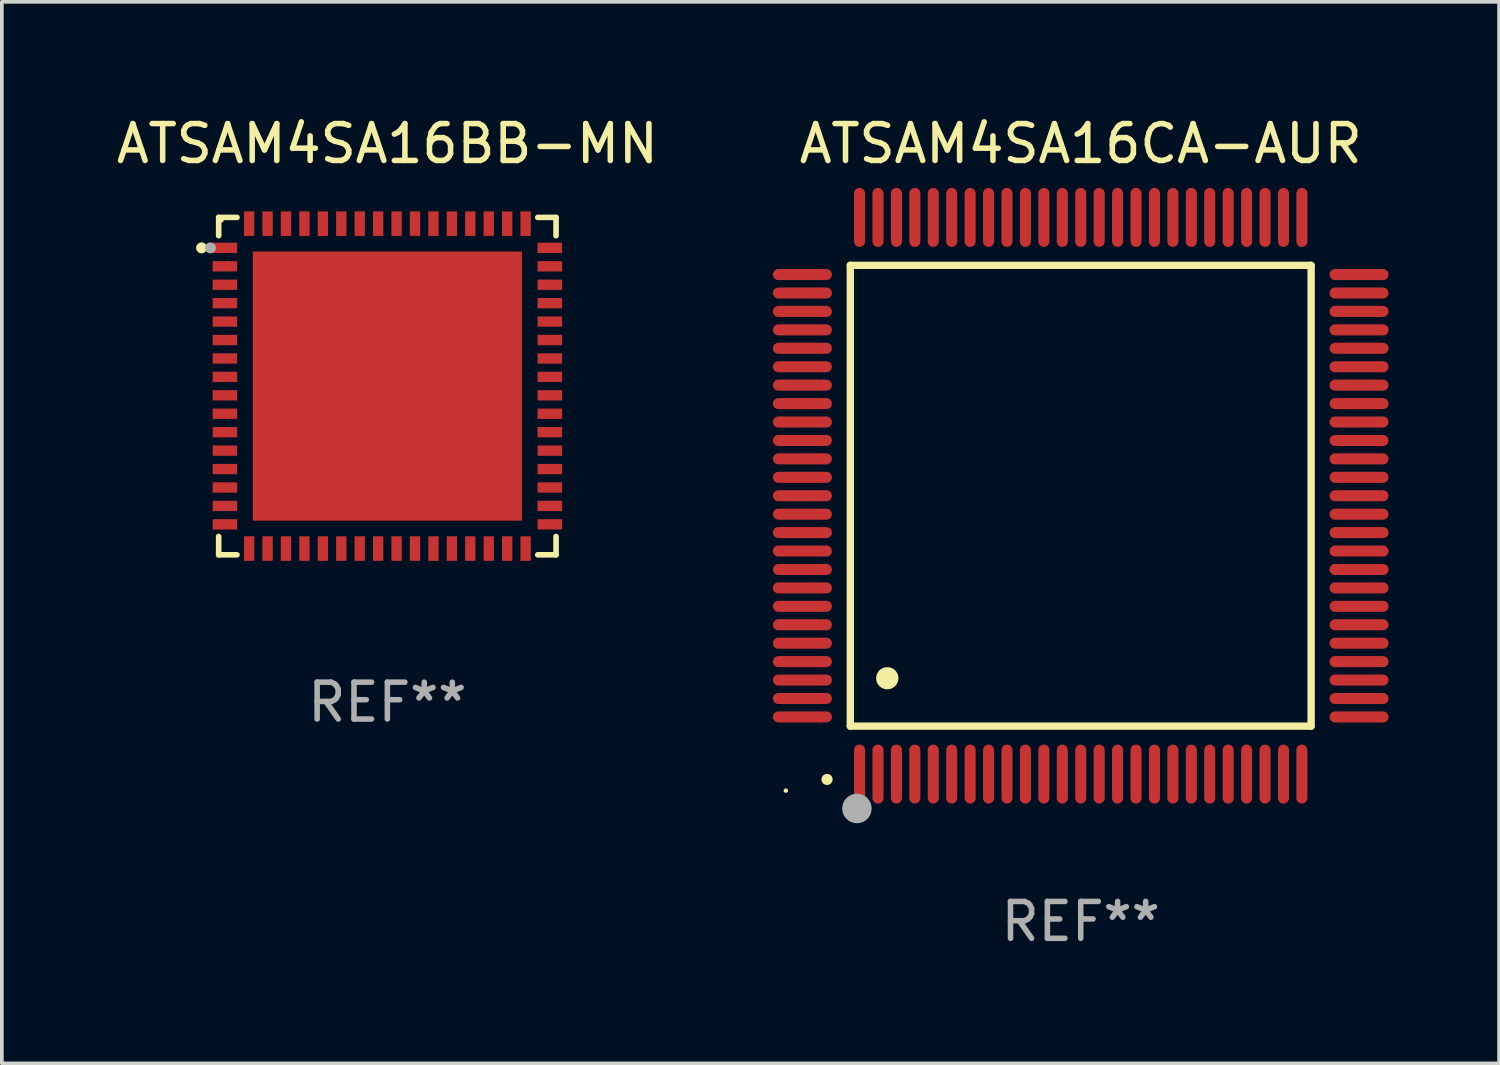
<source format=kicad_pcb>
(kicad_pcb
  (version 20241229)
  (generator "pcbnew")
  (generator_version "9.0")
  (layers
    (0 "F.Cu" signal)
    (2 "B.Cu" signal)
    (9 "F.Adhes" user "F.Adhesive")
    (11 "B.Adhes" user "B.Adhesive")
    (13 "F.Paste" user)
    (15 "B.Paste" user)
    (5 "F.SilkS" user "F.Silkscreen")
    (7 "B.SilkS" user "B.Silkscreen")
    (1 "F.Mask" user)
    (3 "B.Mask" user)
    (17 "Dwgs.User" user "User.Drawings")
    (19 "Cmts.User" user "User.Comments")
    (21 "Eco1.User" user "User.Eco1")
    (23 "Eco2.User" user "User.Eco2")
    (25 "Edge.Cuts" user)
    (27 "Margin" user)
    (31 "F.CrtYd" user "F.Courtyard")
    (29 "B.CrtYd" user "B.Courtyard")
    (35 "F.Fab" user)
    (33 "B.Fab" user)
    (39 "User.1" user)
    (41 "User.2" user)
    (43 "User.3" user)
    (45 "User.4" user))
  (footprint "ATSAM4SA16BB-MN"
    (layer "F.Cu")
    (at 7.458 7.424)
    (property "Reference" "ATSAM4SA16BB-MN" (at 0 -6.576 0) (layer "F.SilkS") (effects (font (size 1 1) (thickness 0.15))))
    (attr through_hole)
    (fp_line (start -4.576 -4.576) (end -4.576 -4.08) (stroke (width 0.152) (type solid)) (layer "F.SilkS"))
    (fp_line (start -4.576 4.576) (end -4.576 4.08) (stroke (width 0.152) (type solid)) (layer "F.SilkS"))
    (fp_line (start -4.08 -4.576) (end -4.576 -4.576) (stroke (width 0.152) (type solid)) (layer "F.SilkS"))
    (fp_line (start -4.08 4.576) (end -4.576 4.576) (stroke (width 0.152) (type solid)) (layer "F.SilkS"))
    (fp_line (start 4.08 -4.576) (end 4.576 -4.576) (stroke (width 0.152) (type solid)) (layer "F.SilkS"))
    (fp_line (start 4.08 4.576) (end 4.576 4.576) (stroke (width 0.152) (type solid)) (layer "F.SilkS"))
    (fp_line (start 4.576 -4.576) (end 4.576 -4.08) (stroke (width 0.152) (type solid)) (layer "F.SilkS"))
    (fp_line (start 4.576 4.576) (end 4.576 4.08) (stroke (width 0.152) (type solid)) (layer "F.SilkS"))
    (fp_circle (center -5.04 -3.75) (end -4.965 -3.75) (stroke (width 0.15) (type solid)) (fill no) (layer "F.SilkS"))
    (fp_circle (center -4.5 -4.5) (end -4.47 -4.5) (stroke (width 0.06) (type solid)) (fill no) (layer "F.SilkS"))
    (fp_circle (center -4.8 -3.75) (end -4.725 -3.75) (stroke (width 0.15) (type solid)) (fill no) (layer "F.Fab"))
    (fp_text user "REF**" (at 0 8.576 0) (layer "F.Fab") (effects (font (size 1 1) (thickness 0.15))))
    (pad "1" smd rect (at -4.407 -3.75) (size 0.665 0.28) (layers "F.Cu" "F.Mask" "F.Paste"))
    (pad "2" smd rect (at -4.407 -3.25) (size 0.665 0.28) (layers "F.Cu" "F.Mask" "F.Paste"))
    (pad "3" smd rect (at -4.407 -2.75) (size 0.665 0.28) (layers "F.Cu" "F.Mask" "F.Paste"))
    (pad "4" smd rect (at -4.407 -2.25) (size 0.665 0.28) (layers "F.Cu" "F.Mask" "F.Paste"))
    (pad "5" smd rect (at -4.407 -1.75) (size 0.665 0.28) (layers "F.Cu" "F.Mask" "F.Paste"))
    (pad "6" smd rect (at -4.407 -1.25) (size 0.665 0.28) (layers "F.Cu" "F.Mask" "F.Paste"))
    (pad "7" smd rect (at -4.407 -0.75) (size 0.665 0.28) (layers "F.Cu" "F.Mask" "F.Paste"))
    (pad "8" smd rect (at -4.407 -0.25) (size 0.665 0.28) (layers "F.Cu" "F.Mask" "F.Paste"))
    (pad "9" smd rect (at -4.407 0.25) (size 0.665 0.28) (layers "F.Cu" "F.Mask" "F.Paste"))
    (pad "10" smd rect (at -4.407 0.75) (size 0.665 0.28) (layers "F.Cu" "F.Mask" "F.Paste"))
    (pad "11" smd rect (at -4.407 1.25) (size 0.665 0.28) (layers "F.Cu" "F.Mask" "F.Paste"))
    (pad "12" smd rect (at -4.407 1.75) (size 0.665 0.28) (layers "F.Cu" "F.Mask" "F.Paste"))
    (pad "13" smd rect (at -4.407 2.25) (size 0.665 0.28) (layers "F.Cu" "F.Mask" "F.Paste"))
    (pad "14" smd rect (at -4.407 2.75) (size 0.665 0.28) (layers "F.Cu" "F.Mask" "F.Paste"))
    (pad "15" smd rect (at -4.407 3.25) (size 0.665 0.28) (layers "F.Cu" "F.Mask" "F.Paste"))
    (pad "16" smd rect (at -4.407 3.75) (size 0.665 0.28) (layers "F.Cu" "F.Mask" "F.Paste"))
    (pad "17" smd rect (at -3.75 4.407) (size 0.28 0.665) (layers "F.Cu" "F.Mask" "F.Paste"))
    (pad "18" smd rect (at -3.25 4.407) (size 0.28 0.665) (layers "F.Cu" "F.Mask" "F.Paste"))
    (pad "19" smd rect (at -2.75 4.407) (size 0.28 0.665) (layers "F.Cu" "F.Mask" "F.Paste"))
    (pad "20" smd rect (at -2.25 4.407) (size 0.28 0.665) (layers "F.Cu" "F.Mask" "F.Paste"))
    (pad "21" smd rect (at -1.75 4.407) (size 0.28 0.665) (layers "F.Cu" "F.Mask" "F.Paste"))
    (pad "22" smd rect (at -1.25 4.407) (size 0.28 0.665) (layers "F.Cu" "F.Mask" "F.Paste"))
    (pad "23" smd rect (at -0.75 4.407) (size 0.28 0.665) (layers "F.Cu" "F.Mask" "F.Paste"))
    (pad "24" smd rect (at -0.25 4.407) (size 0.28 0.665) (layers "F.Cu" "F.Mask" "F.Paste"))
    (pad "25" smd rect (at 0.25 4.407) (size 0.28 0.665) (layers "F.Cu" "F.Mask" "F.Paste"))
    (pad "26" smd rect (at 0.75 4.407) (size 0.28 0.665) (layers "F.Cu" "F.Mask" "F.Paste"))
    (pad "27" smd rect (at 1.25 4.407) (size 0.28 0.665) (layers "F.Cu" "F.Mask" "F.Paste"))
    (pad "28" smd rect (at 1.75 4.407) (size 0.28 0.665) (layers "F.Cu" "F.Mask" "F.Paste"))
    (pad "29" smd rect (at 2.25 4.407) (size 0.28 0.665) (layers "F.Cu" "F.Mask" "F.Paste"))
    (pad "30" smd rect (at 2.75 4.407) (size 0.28 0.665) (layers "F.Cu" "F.Mask" "F.Paste"))
    (pad "31" smd rect (at 3.25 4.407) (size 0.28 0.665) (layers "F.Cu" "F.Mask" "F.Paste"))
    (pad "32" smd rect (at 3.75 4.407) (size 0.28 0.665) (layers "F.Cu" "F.Mask" "F.Paste"))
    (pad "33" smd rect (at 4.407 3.75) (size 0.665 0.28) (layers "F.Cu" "F.Mask" "F.Paste"))
    (pad "34" smd rect (at 4.407 3.25) (size 0.665 0.28) (layers "F.Cu" "F.Mask" "F.Paste"))
    (pad "35" smd rect (at 4.407 2.75) (size 0.665 0.28) (layers "F.Cu" "F.Mask" "F.Paste"))
    (pad "36" smd rect (at 4.407 2.25) (size 0.665 0.28) (layers "F.Cu" "F.Mask" "F.Paste"))
    (pad "37" smd rect (at 4.407 1.75) (size 0.665 0.28) (layers "F.Cu" "F.Mask" "F.Paste"))
    (pad "38" smd rect (at 4.407 1.25) (size 0.665 0.28) (layers "F.Cu" "F.Mask" "F.Paste"))
    (pad "39" smd rect (at 4.407 0.75) (size 0.665 0.28) (layers "F.Cu" "F.Mask" "F.Paste"))
    (pad "40" smd rect (at 4.407 0.25) (size 0.665 0.28) (layers "F.Cu" "F.Mask" "F.Paste"))
    (pad "41" smd rect (at 4.407 -0.25) (size 0.665 0.28) (layers "F.Cu" "F.Mask" "F.Paste"))
    (pad "42" smd rect (at 4.407 -0.75) (size 0.665 0.28) (layers "F.Cu" "F.Mask" "F.Paste"))
    (pad "43" smd rect (at 4.407 -1.25) (size 0.665 0.28) (layers "F.Cu" "F.Mask" "F.Paste"))
    (pad "44" smd rect (at 4.407 -1.75) (size 0.665 0.28) (layers "F.Cu" "F.Mask" "F.Paste"))
    (pad "45" smd rect (at 4.407 -2.25) (size 0.665 0.28) (layers "F.Cu" "F.Mask" "F.Paste"))
    (pad "46" smd rect (at 4.407 -2.75) (size 0.665 0.28) (layers "F.Cu" "F.Mask" "F.Paste"))
    (pad "47" smd rect (at 4.407 -3.25) (size 0.665 0.28) (layers "F.Cu" "F.Mask" "F.Paste"))
    (pad "48" smd rect (at 4.407 -3.75) (size 0.665 0.28) (layers "F.Cu" "F.Mask" "F.Paste"))
    (pad "49" smd rect (at 3.75 -4.407) (size 0.28 0.665) (layers "F.Cu" "F.Mask" "F.Paste"))
    (pad "50" smd rect (at 3.25 -4.407) (size 0.28 0.665) (layers "F.Cu" "F.Mask" "F.Paste"))
    (pad "51" smd rect (at 2.75 -4.407) (size 0.28 0.665) (layers "F.Cu" "F.Mask" "F.Paste"))
    (pad "52" smd rect (at 2.25 -4.407) (size 0.28 0.665) (layers "F.Cu" "F.Mask" "F.Paste"))
    (pad "53" smd rect (at 1.75 -4.407) (size 0.28 0.665) (layers "F.Cu" "F.Mask" "F.Paste"))
    (pad "54" smd rect (at 1.25 -4.407) (size 0.28 0.665) (layers "F.Cu" "F.Mask" "F.Paste"))
    (pad "55" smd rect (at 0.75 -4.407) (size 0.28 0.665) (layers "F.Cu" "F.Mask" "F.Paste"))
    (pad "56" smd rect (at 0.25 -4.407) (size 0.28 0.665) (layers "F.Cu" "F.Mask" "F.Paste"))
    (pad "57" smd rect (at -0.25 -4.407) (size 0.28 0.665) (layers "F.Cu" "F.Mask" "F.Paste"))
    (pad "58" smd rect (at -0.75 -4.407) (size 0.28 0.665) (layers "F.Cu" "F.Mask" "F.Paste"))
    (pad "59" smd rect (at -1.25 -4.407) (size 0.28 0.665) (layers "F.Cu" "F.Mask" "F.Paste"))
    (pad "60" smd rect (at -1.75 -4.407) (size 0.28 0.665) (layers "F.Cu" "F.Mask" "F.Paste"))
    (pad "61" smd rect (at -2.25 -4.407) (size 0.28 0.665) (layers "F.Cu" "F.Mask" "F.Paste"))
    (pad "62" smd rect (at -2.75 -4.407) (size 0.28 0.665) (layers "F.Cu" "F.Mask" "F.Paste"))
    (pad "63" smd rect (at -3.25 -4.407) (size 0.28 0.665) (layers "F.Cu" "F.Mask" "F.Paste"))
    (pad "64" smd rect (at -3.75 -4.407) (size 0.28 0.665) (layers "F.Cu" "F.Mask" "F.Paste"))
    (pad "65" smd rect (at 0 0) (size 7.3 7.3) (layers "F.Cu" "F.Mask" "F.Paste")))
  (footprint "ATSAM4SA16CA-AUR"
    (layer "F.Cu")
    (at 26.267 10.398)
    (property "Reference" "ATSAM4SA16CA-AUR" (at 0 -9.55 0) (layer "F.SilkS") (effects (font (size 1 1) (thickness 0.15))))
    (attr through_hole)
    (fp_line (start -6.25 -6.25) (end -6.25 6.25) (stroke (width 0.2) (type solid)) (layer "F.SilkS"))
    (fp_line (start -6.25 6.25) (end 6.25 6.25) (stroke (width 0.2) (type solid)) (layer "F.SilkS"))
    (fp_line (start 6.25 -6.25) (end -6.25 -6.25) (stroke (width 0.2) (type solid)) (layer "F.SilkS"))
    (fp_line (start 6.25 6.25) (end 6.25 -6.25) (stroke (width 0.2) (type solid)) (layer "F.SilkS"))
    (fp_arc (start -6.883414 7.696215) (mid -6.882144 7.69621) (end -6.880874 7.696215) (stroke (width 0.3) (type solid)) (layer "F.SilkS"))
    (fp_arc (start -5.250191 4.95047) (mid -5.247651 4.950459) (end -5.245111 4.95047) (stroke (width 0.6) (type solid)) (layer "F.SilkS"))
    (fp_circle (center -8 8) (end -7.97 8) (stroke (width 0.06) (type solid)) (fill no) (layer "F.SilkS"))
    (fp_circle (center -6.071 8.484) (end -5.871 8.484) (stroke (width 0.4) (type solid)) (fill no) (layer "F.Fab"))
    (fp_text user "REF**" (at 0 11.55 0) (layer "F.Fab") (effects (font (size 1 1) (thickness 0.15))))
    (pad "1" smd oval (at -6 7.55) (size 0.3 1.6) (layers "F.Cu" "F.Mask" "F.Paste"))
    (pad "2" smd oval (at -5.5 7.55) (size 0.3 1.6) (layers "F.Cu" "F.Mask" "F.Paste"))
    (pad "3" smd oval (at -5 7.55) (size 0.3 1.6) (layers "F.Cu" "F.Mask" "F.Paste"))
    (pad "4" smd oval (at -4.5 7.55) (size 0.3 1.6) (layers "F.Cu" "F.Mask" "F.Paste"))
    (pad "5" smd oval (at -4 7.55) (size 0.3 1.6) (layers "F.Cu" "F.Mask" "F.Paste"))
    (pad "6" smd oval (at -3.5 7.55) (size 0.3 1.6) (layers "F.Cu" "F.Mask" "F.Paste"))
    (pad "7" smd oval (at -3 7.55) (size 0.3 1.6) (layers "F.Cu" "F.Mask" "F.Paste"))
    (pad "8" smd oval (at -2.5 7.55) (size 0.3 1.6) (layers "F.Cu" "F.Mask" "F.Paste"))
    (pad "9" smd oval (at -2 7.55) (size 0.3 1.6) (layers "F.Cu" "F.Mask" "F.Paste"))
    (pad "10" smd oval (at -1.5 7.55) (size 0.3 1.6) (layers "F.Cu" "F.Mask" "F.Paste"))
    (pad "11" smd oval (at -1 7.55) (size 0.3 1.6) (layers "F.Cu" "F.Mask" "F.Paste"))
    (pad "12" smd oval (at -0.5 7.55) (size 0.3 1.6) (layers "F.Cu" "F.Mask" "F.Paste"))
    (pad "13" smd oval (at 0 7.55) (size 0.3 1.6) (layers "F.Cu" "F.Mask" "F.Paste"))
    (pad "14" smd oval (at 0.5 7.55) (size 0.3 1.6) (layers "F.Cu" "F.Mask" "F.Paste"))
    (pad "15" smd oval (at 1 7.55) (size 0.3 1.6) (layers "F.Cu" "F.Mask" "F.Paste"))
    (pad "16" smd oval (at 1.5 7.55) (size 0.3 1.6) (layers "F.Cu" "F.Mask" "F.Paste"))
    (pad "17" smd oval (at 2 7.55) (size 0.3 1.6) (layers "F.Cu" "F.Mask" "F.Paste"))
    (pad "18" smd oval (at 2.5 7.55) (size 0.3 1.6) (layers "F.Cu" "F.Mask" "F.Paste"))
    (pad "19" smd oval (at 3 7.55) (size 0.3 1.6) (layers "F.Cu" "F.Mask" "F.Paste"))
    (pad "20" smd oval (at 3.5 7.55) (size 0.3 1.6) (layers "F.Cu" "F.Mask" "F.Paste"))
    (pad "21" smd oval (at 4 7.55) (size 0.3 1.6) (layers "F.Cu" "F.Mask" "F.Paste"))
    (pad "22" smd oval (at 4.5 7.55) (size 0.3 1.6) (layers "F.Cu" "F.Mask" "F.Paste"))
    (pad "23" smd oval (at 5 7.55) (size 0.3 1.6) (layers "F.Cu" "F.Mask" "F.Paste"))
    (pad "24" smd oval (at 5.5 7.55) (size 0.3 1.6) (layers "F.Cu" "F.Mask" "F.Paste"))
    (pad "25" smd oval (at 6 7.55) (size 0.3 1.6) (layers "F.Cu" "F.Mask" "F.Paste"))
    (pad "26" smd oval (at 7.55 6) (size 1.6 0.3) (layers "F.Cu" "F.Mask" "F.Paste"))
    (pad "27" smd oval (at 7.55 5.5) (size 1.6 0.3) (layers "F.Cu" "F.Mask" "F.Paste"))
    (pad "28" smd oval (at 7.55 5) (size 1.6 0.3) (layers "F.Cu" "F.Mask" "F.Paste"))
    (pad "29" smd oval (at 7.55 4.5) (size 1.6 0.3) (layers "F.Cu" "F.Mask" "F.Paste"))
    (pad "30" smd oval (at 7.55 4) (size 1.6 0.3) (layers "F.Cu" "F.Mask" "F.Paste"))
    (pad "31" smd oval (at 7.55 3.5) (size 1.6 0.3) (layers "F.Cu" "F.Mask" "F.Paste"))
    (pad "32" smd oval (at 7.55 3) (size 1.6 0.3) (layers "F.Cu" "F.Mask" "F.Paste"))
    (pad "33" smd oval (at 7.55 2.5) (size 1.6 0.3) (layers "F.Cu" "F.Mask" "F.Paste"))
    (pad "34" smd oval (at 7.55 2) (size 1.6 0.3) (layers "F.Cu" "F.Mask" "F.Paste"))
    (pad "35" smd oval (at 7.55 1.5) (size 1.6 0.3) (layers "F.Cu" "F.Mask" "F.Paste"))
    (pad "36" smd oval (at 7.55 1) (size 1.6 0.3) (layers "F.Cu" "F.Mask" "F.Paste"))
    (pad "37" smd oval (at 7.55 0.5) (size 1.6 0.3) (layers "F.Cu" "F.Mask" "F.Paste"))
    (pad "38" smd oval (at 7.55 0) (size 1.6 0.3) (layers "F.Cu" "F.Mask" "F.Paste"))
    (pad "39" smd oval (at 7.55 -0.5) (size 1.6 0.3) (layers "F.Cu" "F.Mask" "F.Paste"))
    (pad "40" smd oval (at 7.55 -1) (size 1.6 0.3) (layers "F.Cu" "F.Mask" "F.Paste"))
    (pad "41" smd oval (at 7.55 -1.5) (size 1.6 0.3) (layers "F.Cu" "F.Mask" "F.Paste"))
    (pad "42" smd oval (at 7.55 -2) (size 1.6 0.3) (layers "F.Cu" "F.Mask" "F.Paste"))
    (pad "43" smd oval (at 7.55 -2.5) (size 1.6 0.3) (layers "F.Cu" "F.Mask" "F.Paste"))
    (pad "44" smd oval (at 7.55 -3) (size 1.6 0.3) (layers "F.Cu" "F.Mask" "F.Paste"))
    (pad "45" smd oval (at 7.55 -3.5) (size 1.6 0.3) (layers "F.Cu" "F.Mask" "F.Paste"))
    (pad "46" smd oval (at 7.55 -4) (size 1.6 0.3) (layers "F.Cu" "F.Mask" "F.Paste"))
    (pad "47" smd oval (at 7.55 -4.5) (size 1.6 0.3) (layers "F.Cu" "F.Mask" "F.Paste"))
    (pad "48" smd oval (at 7.55 -5) (size 1.6 0.3) (layers "F.Cu" "F.Mask" "F.Paste"))
    (pad "49" smd oval (at 7.55 -5.5) (size 1.6 0.3) (layers "F.Cu" "F.Mask" "F.Paste"))
    (pad "50" smd oval (at 7.55 -6) (size 1.6 0.3) (layers "F.Cu" "F.Mask" "F.Paste"))
    (pad "51" smd oval (at 6 -7.55) (size 0.3 1.6) (layers "F.Cu" "F.Mask" "F.Paste"))
    (pad "52" smd oval (at 5.5 -7.55) (size 0.3 1.6) (layers "F.Cu" "F.Mask" "F.Paste"))
    (pad "53" smd oval (at 5 -7.55) (size 0.3 1.6) (layers "F.Cu" "F.Mask" "F.Paste"))
    (pad "54" smd oval (at 4.5 -7.55) (size 0.3 1.6) (layers "F.Cu" "F.Mask" "F.Paste"))
    (pad "55" smd oval (at 4 -7.55) (size 0.3 1.6) (layers "F.Cu" "F.Mask" "F.Paste"))
    (pad "56" smd oval (at 3.5 -7.55) (size 0.3 1.6) (layers "F.Cu" "F.Mask" "F.Paste"))
    (pad "57" smd oval (at 3 -7.55) (size 0.3 1.6) (layers "F.Cu" "F.Mask" "F.Paste"))
    (pad "58" smd oval (at 2.5 -7.55) (size 0.3 1.6) (layers "F.Cu" "F.Mask" "F.Paste"))
    (pad "59" smd oval (at 2 -7.55) (size 0.3 1.6) (layers "F.Cu" "F.Mask" "F.Paste"))
    (pad "60" smd oval (at 1.5 -7.55) (size 0.3 1.6) (layers "F.Cu" "F.Mask" "F.Paste"))
    (pad "61" smd oval (at 1 -7.55) (size 0.3 1.6) (layers "F.Cu" "F.Mask" "F.Paste"))
    (pad "62" smd oval (at 0.5 -7.55) (size 0.3 1.6) (layers "F.Cu" "F.Mask" "F.Paste"))
    (pad "63" smd oval (at 0 -7.55) (size 0.3 1.6) (layers "F.Cu" "F.Mask" "F.Paste"))
    (pad "64" smd oval (at -0.5 -7.55) (size 0.3 1.6) (layers "F.Cu" "F.Mask" "F.Paste"))
    (pad "65" smd oval (at -1 -7.55) (size 0.3 1.6) (layers "F.Cu" "F.Mask" "F.Paste"))
    (pad "66" smd oval (at -1.5 -7.55) (size 0.3 1.6) (layers "F.Cu" "F.Mask" "F.Paste"))
    (pad "67" smd oval (at -2 -7.55) (size 0.3 1.6) (layers "F.Cu" "F.Mask" "F.Paste"))
    (pad "68" smd oval (at -2.5 -7.55) (size 0.3 1.6) (layers "F.Cu" "F.Mask" "F.Paste"))
    (pad "69" smd oval (at -3 -7.55) (size 0.3 1.6) (layers "F.Cu" "F.Mask" "F.Paste"))
    (pad "70" smd oval (at -3.5 -7.55) (size 0.3 1.6) (layers "F.Cu" "F.Mask" "F.Paste"))
    (pad "71" smd oval (at -4 -7.55) (size 0.3 1.6) (layers "F.Cu" "F.Mask" "F.Paste"))
    (pad "72" smd oval (at -4.5 -7.55) (size 0.3 1.6) (layers "F.Cu" "F.Mask" "F.Paste"))
    (pad "73" smd oval (at -5 -7.55) (size 0.3 1.6) (layers "F.Cu" "F.Mask" "F.Paste"))
    (pad "74" smd oval (at -5.5 -7.55) (size 0.3 1.6) (layers "F.Cu" "F.Mask" "F.Paste"))
    (pad "75" smd oval (at -6 -7.55) (size 0.3 1.6) (layers "F.Cu" "F.Mask" "F.Paste"))
    (pad "76" smd oval (at -7.55 -6) (size 1.6 0.3) (layers "F.Cu" "F.Mask" "F.Paste"))
    (pad "77" smd oval (at -7.55 -5.5) (size 1.6 0.3) (layers "F.Cu" "F.Mask" "F.Paste"))
    (pad "78" smd oval (at -7.55 -5) (size 1.6 0.3) (layers "F.Cu" "F.Mask" "F.Paste"))
    (pad "79" smd oval (at -7.55 -4.5) (size 1.6 0.3) (layers "F.Cu" "F.Mask" "F.Paste"))
    (pad "80" smd oval (at -7.55 -4) (size 1.6 0.3) (layers "F.Cu" "F.Mask" "F.Paste"))
    (pad "81" smd oval (at -7.55 -3.5) (size 1.6 0.3) (layers "F.Cu" "F.Mask" "F.Paste"))
    (pad "82" smd oval (at -7.55 -3) (size 1.6 0.3) (layers "F.Cu" "F.Mask" "F.Paste"))
    (pad "83" smd oval (at -7.55 -2.5) (size 1.6 0.3) (layers "F.Cu" "F.Mask" "F.Paste"))
    (pad "84" smd oval (at -7.55 -2) (size 1.6 0.3) (layers "F.Cu" "F.Mask" "F.Paste"))
    (pad "85" smd oval (at -7.55 -1.5) (size 1.6 0.3) (layers "F.Cu" "F.Mask" "F.Paste"))
    (pad "86" smd oval (at -7.55 -1) (size 1.6 0.3) (layers "F.Cu" "F.Mask" "F.Paste"))
    (pad "87" smd oval (at -7.55 -0.5) (size 1.6 0.3) (layers "F.Cu" "F.Mask" "F.Paste"))
    (pad "88" smd oval (at -7.55 0) (size 1.6 0.3) (layers "F.Cu" "F.Mask" "F.Paste"))
    (pad "89" smd oval (at -7.55 0.5) (size 1.6 0.3) (layers "F.Cu" "F.Mask" "F.Paste"))
    (pad "90" smd oval (at -7.55 1) (size 1.6 0.3) (layers "F.Cu" "F.Mask" "F.Paste"))
    (pad "91" smd oval (at -7.55 1.5) (size 1.6 0.3) (layers "F.Cu" "F.Mask" "F.Paste"))
    (pad "92" smd oval (at -7.55 2) (size 1.6 0.3) (layers "F.Cu" "F.Mask" "F.Paste"))
    (pad "93" smd oval (at -7.55 2.5) (size 1.6 0.3) (layers "F.Cu" "F.Mask" "F.Paste"))
    (pad "94" smd oval (at -7.55 3) (size 1.6 0.3) (layers "F.Cu" "F.Mask" "F.Paste"))
    (pad "95" smd oval (at -7.55 3.5) (size 1.6 0.3) (layers "F.Cu" "F.Mask" "F.Paste"))
    (pad "96" smd oval (at -7.55 4) (size 1.6 0.3) (layers "F.Cu" "F.Mask" "F.Paste"))
    (pad "97" smd oval (at -7.55 4.5) (size 1.6 0.3) (layers "F.Cu" "F.Mask" "F.Paste"))
    (pad "98" smd oval (at -7.55 5) (size 1.6 0.3) (layers "F.Cu" "F.Mask" "F.Paste"))
    (pad "99" smd oval (at -7.55 5.5) (size 1.6 0.3) (layers "F.Cu" "F.Mask" "F.Paste"))
    (pad "100" smd oval (at -7.55 6) (size 1.6 0.3) (layers "F.Cu" "F.Mask" "F.Paste")))
  (gr_rect
    (start -3 -3)
    (end 37.616 25.796)
    (stroke (width 0.1) (type default))
    (fill no)
    (layer "Edge.Cuts")))
</source>
